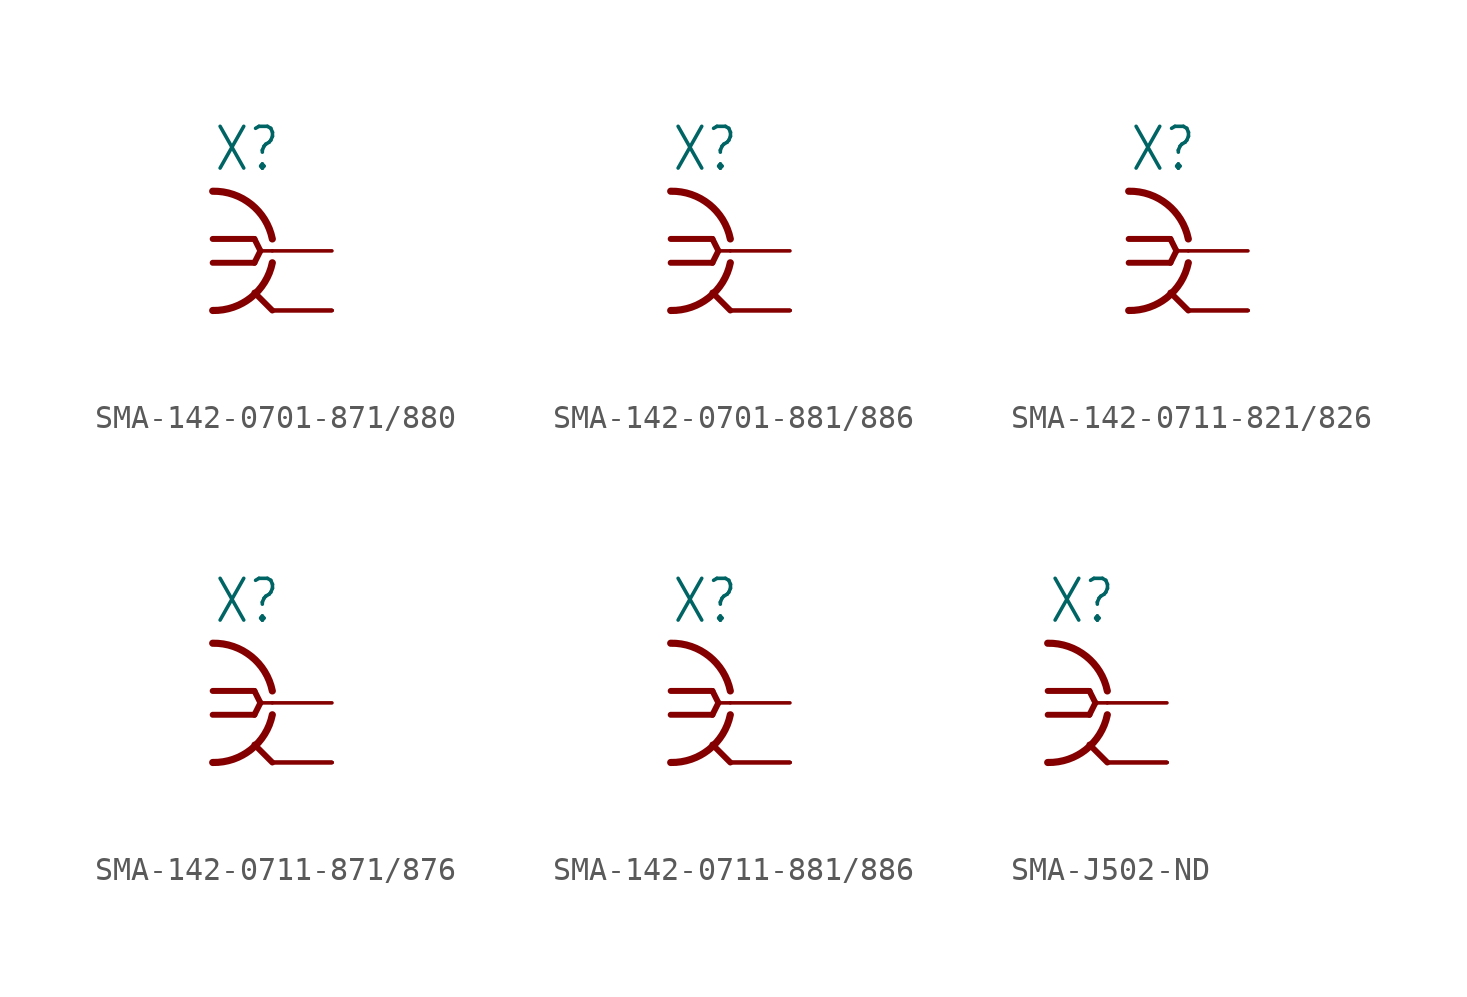
<source format=kicad_sym>
(kicad_symbol_lib
  (version 20241209)
  (generator "kicad_symbol_editor")
  (generator_version "9.0")
  (symbol "SMA-142-0701-871/880"
    (property "Reference" "X"
      (at -2.54 3.302 0)
      (effects (font (size 1.778 1.511)) (justify left bottom)))
    (property "Value" ""
      (at -2.54 -5.08 0)
      (effects (font (size 1.778 1.511)) (justify left bottom)))
    (property "ki_locked" ""
      (at 0 0 0)
      (effects (font (size 1.27 1.27))))
    (symbol "SMA-142-0701-871/880_1_0"
      (polyline (pts (xy -2.54 0.508) (xy -0.762 0.508)) (stroke (width 0.254) (type solid)) (fill (type none)))
      (arc (start 0 -0.508) (mid -0.9022 -1.9838) (end -2.54 -2.54) (stroke (width 0.3048) (type solid)) (fill (type none)))
      (arc (start -2.54 2.54) (mid -0.9022 1.9838) (end 0 0.508) (stroke (width 0.3048) (type solid)) (fill (type none)))
      (polyline (pts (xy -0.762 0.508) (xy -0.508 0)) (stroke (width 0.254) (type solid)) (fill (type none)))
      (polyline (pts (xy -0.762 -0.508) (xy -2.54 -0.508)) (stroke (width 0.254) (type solid)) (fill (type none)))
      (polyline (pts (xy -0.508 0) (xy -0.762 -0.508)) (stroke (width 0.254) (type solid)) (fill (type none)))
      (polyline (pts (xy 0 0) (xy -0.508 0)) (stroke (width 0.152) (type solid)) (fill (type none)))
      (polyline (pts (xy 0 -2.54) (xy -0.762 -1.778)) (stroke (width 0.254) (type solid)) (fill (type none)))
      (pin passive line (at 2.54 0 180) (length 2.54) (name "1" (effects (font (size 0 0)))) (number "1" (effects (font (size 0 0)))))
      (pin passive line (at 2.54 -2.54 180) (length 2.54) (name "2" (effects (font (size 0 0)))) (number "2@1" (effects (font (size 0 0)))))
      (pin passive line (at 2.54 -2.54 180) (length 2.54) (name "2" (effects (font (size 0 0)))) (number "2@2" (effects (font (size 0 0)))))
      (pin passive line (at 2.54 -2.54 180) (length 2.54) (name "2" (effects (font (size 0 0)))) (number "2@3" (effects (font (size 0 0)))))
      (pin passive line (at 2.54 -2.54 180) (length 2.54) (name "2" (effects (font (size 0 0)))) (number "2@4" (effects (font (size 0 0)))))))
  (symbol "SMA-142-0701-881/886"
    (property "Reference" "X"
      (at -2.54 3.302 0)
      (effects (font (size 1.778 1.511)) (justify left bottom)))
    (property "Value" ""
      (at -2.54 -5.08 0)
      (effects (font (size 1.778 1.511)) (justify left bottom)))
    (property "ki_locked" ""
      (at 0 0 0)
      (effects (font (size 1.27 1.27))))
    (symbol "SMA-142-0701-881/886_1_0"
      (polyline (pts (xy -2.54 0.508) (xy -0.762 0.508)) (stroke (width 0.254) (type solid)) (fill (type none)))
      (arc (start 0 -0.508) (mid -0.9022 -1.9838) (end -2.54 -2.54) (stroke (width 0.3048) (type solid)) (fill (type none)))
      (arc (start -2.54 2.54) (mid -0.9022 1.9838) (end 0 0.508) (stroke (width 0.3048) (type solid)) (fill (type none)))
      (polyline (pts (xy -0.762 0.508) (xy -0.508 0)) (stroke (width 0.254) (type solid)) (fill (type none)))
      (polyline (pts (xy -0.762 -0.508) (xy -2.54 -0.508)) (stroke (width 0.254) (type solid)) (fill (type none)))
      (polyline (pts (xy -0.508 0) (xy -0.762 -0.508)) (stroke (width 0.254) (type solid)) (fill (type none)))
      (polyline (pts (xy 0 0) (xy -0.508 0)) (stroke (width 0.152) (type solid)) (fill (type none)))
      (polyline (pts (xy 0 -2.54) (xy -0.762 -1.778)) (stroke (width 0.254) (type solid)) (fill (type none)))
      (pin passive line (at 2.54 0 180) (length 2.54) (name "1" (effects (font (size 0 0)))) (number "1" (effects (font (size 0 0)))))
      (pin passive line (at 2.54 -2.54 180) (length 2.54) (name "2" (effects (font (size 0 0)))) (number "G@1" (effects (font (size 0 0)))))
      (pin passive line (at 2.54 -2.54 180) (length 2.54) (name "2" (effects (font (size 0 0)))) (number "G@2" (effects (font (size 0 0)))))
      (pin passive line (at 2.54 -2.54 180) (length 2.54) (name "2" (effects (font (size 0 0)))) (number "G@3" (effects (font (size 0 0)))))
      (pin passive line (at 2.54 -2.54 180) (length 2.54) (name "2" (effects (font (size 0 0)))) (number "G@4" (effects (font (size 0 0)))))))
  (symbol "SMA-142-0711-821/826"
    (property "Reference" "X"
      (at -2.54 3.302 0)
      (effects (font (size 1.778 1.511)) (justify left bottom)))
    (property "Value" ""
      (at -2.54 -5.08 0)
      (effects (font (size 1.778 1.511)) (justify left bottom)))
    (property "ki_locked" ""
      (at 0 0 0)
      (effects (font (size 1.27 1.27))))
    (symbol "SMA-142-0711-821/826_1_0"
      (polyline (pts (xy -2.54 0.508) (xy -0.762 0.508)) (stroke (width 0.254) (type solid)) (fill (type none)))
      (arc (start 0 -0.508) (mid -0.9022 -1.9838) (end -2.54 -2.54) (stroke (width 0.3048) (type solid)) (fill (type none)))
      (arc (start -2.54 2.54) (mid -0.9022 1.9838) (end 0 0.508) (stroke (width 0.3048) (type solid)) (fill (type none)))
      (polyline (pts (xy -0.762 0.508) (xy -0.508 0)) (stroke (width 0.254) (type solid)) (fill (type none)))
      (polyline (pts (xy -0.762 -0.508) (xy -2.54 -0.508)) (stroke (width 0.254) (type solid)) (fill (type none)))
      (polyline (pts (xy -0.508 0) (xy -0.762 -0.508)) (stroke (width 0.254) (type solid)) (fill (type none)))
      (polyline (pts (xy 0 0) (xy -0.508 0)) (stroke (width 0.152) (type solid)) (fill (type none)))
      (polyline (pts (xy 0 -2.54) (xy -0.762 -1.778)) (stroke (width 0.254) (type solid)) (fill (type none)))
      (pin passive line (at 2.54 0 180) (length 2.54) (name "1" (effects (font (size 0 0)))) (number "1" (effects (font (size 0 0)))))
      (pin passive line (at 2.54 -2.54 180) (length 2.54) (name "2" (effects (font (size 0 0)))) (number "G@1" (effects (font (size 0 0)))))
      (pin passive line (at 2.54 -2.54 180) (length 2.54) (name "2" (effects (font (size 0 0)))) (number "G@2" (effects (font (size 0 0)))))
      (pin passive line (at 2.54 -2.54 180) (length 2.54) (name "2" (effects (font (size 0 0)))) (number "G@3" (effects (font (size 0 0)))))
      (pin passive line (at 2.54 -2.54 180) (length 2.54) (name "2" (effects (font (size 0 0)))) (number "G@4" (effects (font (size 0 0)))))))
  (symbol "SMA-142-0711-871/876"
    (property "Reference" "X"
      (at -2.54 3.302 0)
      (effects (font (size 1.778 1.511)) (justify left bottom)))
    (property "Value" ""
      (at -2.54 -5.08 0)
      (effects (font (size 1.778 1.511)) (justify left bottom)))
    (property "ki_locked" ""
      (at 0 0 0)
      (effects (font (size 1.27 1.27))))
    (symbol "SMA-142-0711-871/876_1_0"
      (polyline (pts (xy -2.54 0.508) (xy -0.762 0.508)) (stroke (width 0.254) (type solid)) (fill (type none)))
      (arc (start 0 -0.508) (mid -0.9022 -1.9838) (end -2.54 -2.54) (stroke (width 0.3048) (type solid)) (fill (type none)))
      (arc (start -2.54 2.54) (mid -0.9022 1.9838) (end 0 0.508) (stroke (width 0.3048) (type solid)) (fill (type none)))
      (polyline (pts (xy -0.762 0.508) (xy -0.508 0)) (stroke (width 0.254) (type solid)) (fill (type none)))
      (polyline (pts (xy -0.762 -0.508) (xy -2.54 -0.508)) (stroke (width 0.254) (type solid)) (fill (type none)))
      (polyline (pts (xy -0.508 0) (xy -0.762 -0.508)) (stroke (width 0.254) (type solid)) (fill (type none)))
      (polyline (pts (xy 0 0) (xy -0.508 0)) (stroke (width 0.152) (type solid)) (fill (type none)))
      (polyline (pts (xy 0 -2.54) (xy -0.762 -1.778)) (stroke (width 0.254) (type solid)) (fill (type none)))
      (pin passive line (at 2.54 0 180) (length 2.54) (name "1" (effects (font (size 0 0)))) (number "1" (effects (font (size 0 0)))))
      (pin passive line (at 2.54 -2.54 180) (length 2.54) (name "2" (effects (font (size 0 0)))) (number "G@1" (effects (font (size 0 0)))))
      (pin passive line (at 2.54 -2.54 180) (length 2.54) (name "2" (effects (font (size 0 0)))) (number "G@2" (effects (font (size 0 0)))))
      (pin passive line (at 2.54 -2.54 180) (length 2.54) (name "2" (effects (font (size 0 0)))) (number "G@3" (effects (font (size 0 0)))))
      (pin passive line (at 2.54 -2.54 180) (length 2.54) (name "2" (effects (font (size 0 0)))) (number "G@4" (effects (font (size 0 0)))))))
  (symbol "SMA-142-0711-881/886"
    (property "Reference" "X"
      (at -2.54 3.302 0)
      (effects (font (size 1.778 1.511)) (justify left bottom)))
    (property "Value" ""
      (at -2.54 -5.08 0)
      (effects (font (size 1.778 1.511)) (justify left bottom)))
    (property "ki_locked" ""
      (at 0 0 0)
      (effects (font (size 1.27 1.27))))
    (symbol "SMA-142-0711-881/886_1_0"
      (polyline (pts (xy -2.54 0.508) (xy -0.762 0.508)) (stroke (width 0.254) (type solid)) (fill (type none)))
      (arc (start 0 -0.508) (mid -0.9022 -1.9838) (end -2.54 -2.54) (stroke (width 0.3048) (type solid)) (fill (type none)))
      (arc (start -2.54 2.54) (mid -0.9022 1.9838) (end 0 0.508) (stroke (width 0.3048) (type solid)) (fill (type none)))
      (polyline (pts (xy -0.762 0.508) (xy -0.508 0)) (stroke (width 0.254) (type solid)) (fill (type none)))
      (polyline (pts (xy -0.762 -0.508) (xy -2.54 -0.508)) (stroke (width 0.254) (type solid)) (fill (type none)))
      (polyline (pts (xy -0.508 0) (xy -0.762 -0.508)) (stroke (width 0.254) (type solid)) (fill (type none)))
      (polyline (pts (xy 0 0) (xy -0.508 0)) (stroke (width 0.152) (type solid)) (fill (type none)))
      (polyline (pts (xy 0 -2.54) (xy -0.762 -1.778)) (stroke (width 0.254) (type solid)) (fill (type none)))
      (pin passive line (at 2.54 0 180) (length 2.54) (name "1" (effects (font (size 0 0)))) (number "1" (effects (font (size 0 0)))))
      (pin passive line (at 2.54 -2.54 180) (length 2.54) (name "2" (effects (font (size 0 0)))) (number "G@1" (effects (font (size 0 0)))))
      (pin passive line (at 2.54 -2.54 180) (length 2.54) (name "2" (effects (font (size 0 0)))) (number "G@2" (effects (font (size 0 0)))))
      (pin passive line (at 2.54 -2.54 180) (length 2.54) (name "2" (effects (font (size 0 0)))) (number "G@3" (effects (font (size 0 0)))))
      (pin passive line (at 2.54 -2.54 180) (length 2.54) (name "2" (effects (font (size 0 0)))) (number "G@4" (effects (font (size 0 0)))))))
  (symbol "SMA-J502-ND"
    (property "Reference" "X"
      (at -2.54 3.302 0)
      (effects (font (size 1.778 1.511)) (justify left bottom)))
    (property "Value" ""
      (at -2.54 -5.08 0)
      (effects (font (size 1.778 1.511)) (justify left bottom)))
    (property "ki_locked" ""
      (at 0 0 0)
      (effects (font (size 1.27 1.27))))
    (symbol "SMA-J502-ND_1_0"
      (polyline (pts (xy -2.54 0.508) (xy -0.762 0.508)) (stroke (width 0.254) (type solid)) (fill (type none)))
      (arc (start 0 -0.508) (mid -0.9022 -1.9838) (end -2.54 -2.54) (stroke (width 0.3048) (type solid)) (fill (type none)))
      (arc (start -2.54 2.54) (mid -0.9022 1.9838) (end 0 0.508) (stroke (width 0.3048) (type solid)) (fill (type none)))
      (polyline (pts (xy -0.762 0.508) (xy -0.508 0)) (stroke (width 0.254) (type solid)) (fill (type none)))
      (polyline (pts (xy -0.762 -0.508) (xy -2.54 -0.508)) (stroke (width 0.254) (type solid)) (fill (type none)))
      (polyline (pts (xy -0.508 0) (xy -0.762 -0.508)) (stroke (width 0.254) (type solid)) (fill (type none)))
      (polyline (pts (xy 0 0) (xy -0.508 0)) (stroke (width 0.152) (type solid)) (fill (type none)))
      (polyline (pts (xy 0 -2.54) (xy -0.762 -1.778)) (stroke (width 0.254) (type solid)) (fill (type none)))
      (pin passive line (at 2.54 0 180) (length 2.54) (name "1" (effects (font (size 0 0)))) (number "1" (effects (font (size 0 0)))))
      (pin passive line (at 2.54 -2.54 180) (length 2.54) (name "2" (effects (font (size 0 0)))) (number "2" (effects (font (size 0 0)))))
      (pin passive line (at 2.54 -2.54 180) (length 2.54) (name "2" (effects (font (size 0 0)))) (number "3" (effects (font (size 0 0)))))
      (pin passive line (at 2.54 -2.54 180) (length 2.54) (name "2" (effects (font (size 0 0)))) (number "4" (effects (font (size 0 0)))))
      (pin passive line (at 2.54 -2.54 180) (length 2.54) (name "2" (effects (font (size 0 0)))) (number "5" (effects (font (size 0 0))))))))
</source>
